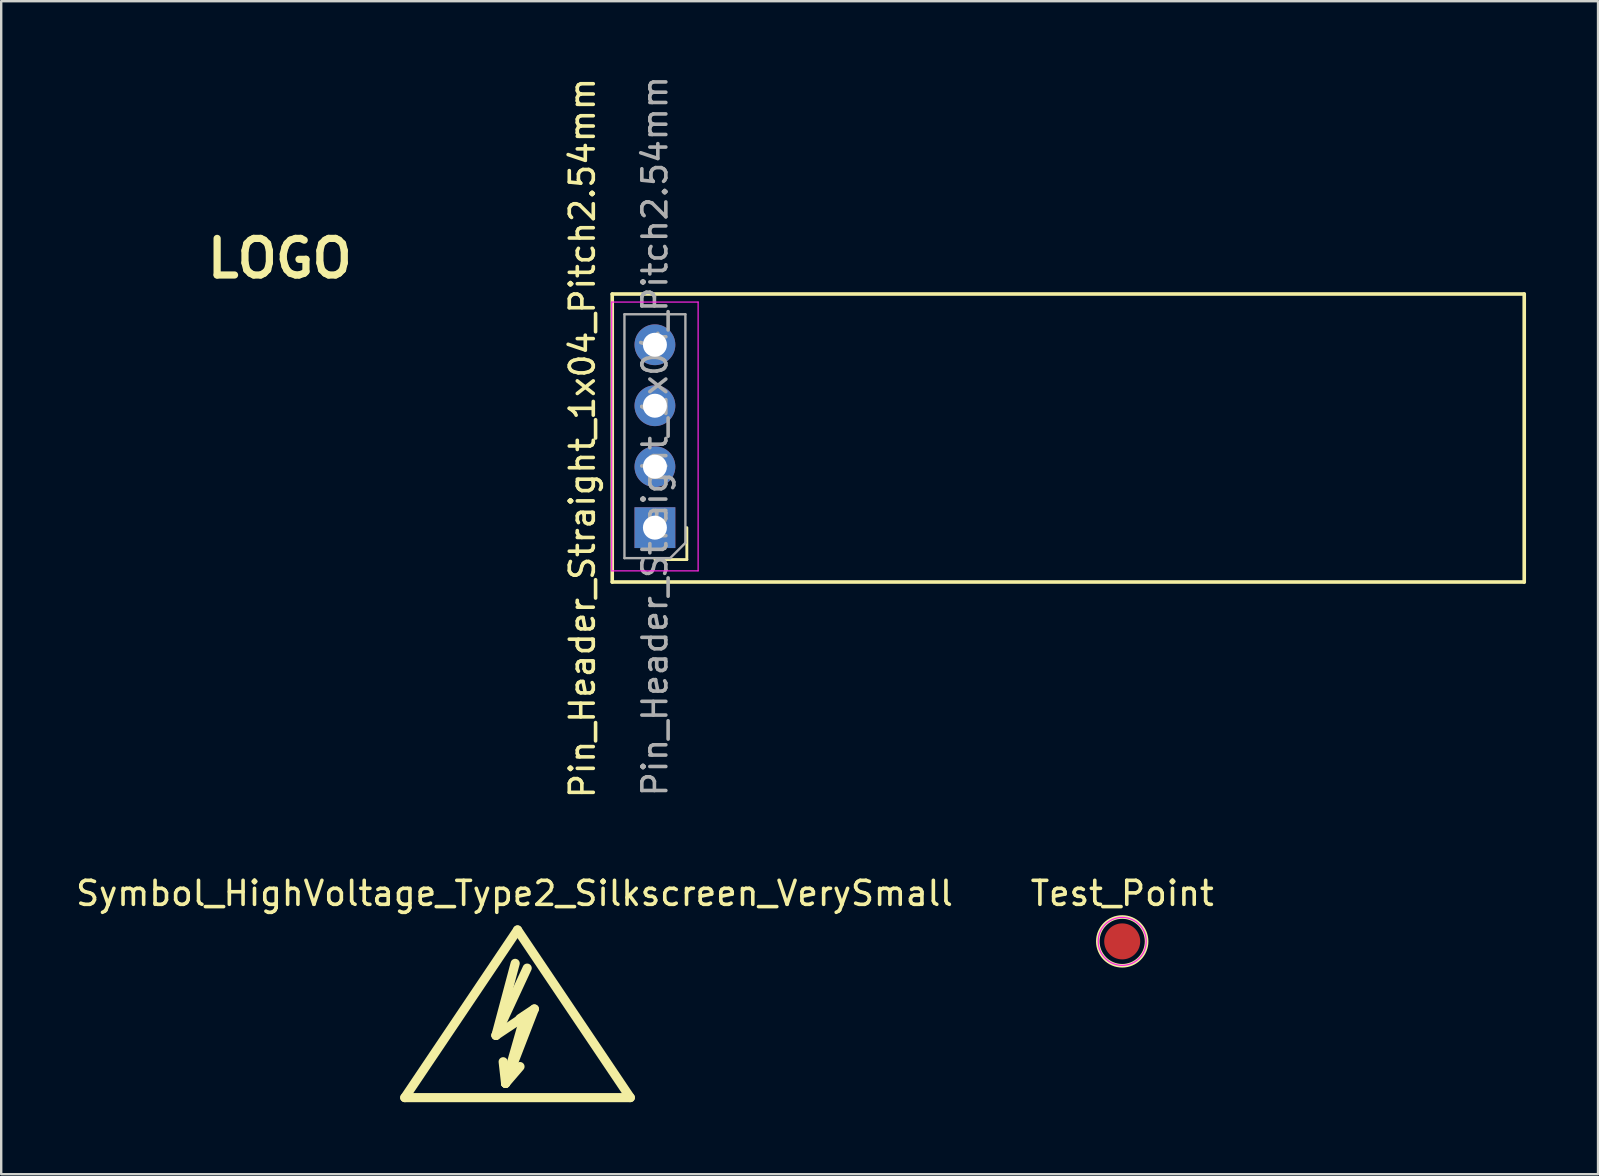
<source format=kicad_pcb>
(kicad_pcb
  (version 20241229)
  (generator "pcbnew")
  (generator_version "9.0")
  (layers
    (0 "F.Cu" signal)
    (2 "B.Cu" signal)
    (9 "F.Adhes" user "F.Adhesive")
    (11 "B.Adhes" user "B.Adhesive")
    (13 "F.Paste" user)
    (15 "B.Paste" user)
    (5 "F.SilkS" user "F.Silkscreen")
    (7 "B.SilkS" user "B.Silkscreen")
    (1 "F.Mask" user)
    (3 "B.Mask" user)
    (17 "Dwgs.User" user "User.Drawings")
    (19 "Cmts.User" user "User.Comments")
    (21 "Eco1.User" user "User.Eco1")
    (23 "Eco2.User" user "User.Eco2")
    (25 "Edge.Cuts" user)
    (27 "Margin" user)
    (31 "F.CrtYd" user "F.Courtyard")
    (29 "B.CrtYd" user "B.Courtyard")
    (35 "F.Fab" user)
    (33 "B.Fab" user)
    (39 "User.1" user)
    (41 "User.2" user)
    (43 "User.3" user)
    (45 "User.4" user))
  (footprint "Symbol_HighVoltage_Type2_Silkscreen_VerySmall"
    (layer "F.Cu")
    (at 18.514 39.889)
    (property "Reference" "Symbol_HighVoltage_Type2_Silkscreen_VerySmall" (at -0.127 -5.715 0) (layer "F.SilkS") (effects (font (size 1 1) (thickness 0.15))))
    (attr through_hole)
    (fp_line (start -4.699 2.794) (end 0 -4.191) (stroke (width 0.381) (type solid)) (layer "F.SilkS"))
    (fp_line (start -0.899 0.201) (end 0.3 -0.599) (stroke (width 0.381) (type solid)) (layer "F.SilkS"))
    (fp_line (start -0.899 0.201) (end 0.401 -2.601) (stroke (width 0.381) (type solid)) (layer "F.SilkS"))
    (fp_line (start -0.498 2.2) (end -0.599 1.3) (stroke (width 0.381) (type solid)) (layer "F.SilkS"))
    (fp_line (start -0.498 2.2) (end 0.102 1.501) (stroke (width 0.381) (type solid)) (layer "F.SilkS"))
    (fp_line (start -0.498 2.2) (end 0.701 -0.899) (stroke (width 0.381) (type solid)) (layer "F.SilkS"))
    (fp_line (start -0.099 -2.799) (end -0.899 0.201) (stroke (width 0.381) (type solid)) (layer "F.SilkS"))
    (fp_line (start 0 -4.191) (end 4.699 2.794) (stroke (width 0.381) (type solid)) (layer "F.SilkS"))
    (fp_line (start 0.3 -0.599) (end -0.498 2.2) (stroke (width 0.381) (type solid)) (layer "F.SilkS"))
    (fp_line (start 0.701 -0.899) (end 0.102 -0.5) (stroke (width 0.381) (type solid)) (layer "F.SilkS"))
    (fp_line (start 4.699 2.794) (end -4.699 2.794) (stroke (width 0.381) (type solid)) (layer "F.SilkS")))
  (footprint "Pin_Header_Straight_1x04_Pitch2.54mm"
    (layer "F.Cu")
    (at 24.238 15.201)
    (property "Reference" "Pin_Header_Straight_1x04_Pitch2.54mm" (at -3.023 0 90) (layer "F.SilkS") (effects (font (size 1 1) (thickness 0.15))))
    (attr through_hole)
    (fp_line (start -1.779 -6) (end 36.221 -6) (stroke (width 0.15) (type solid)) (layer "F.SilkS"))
    (fp_line (start -1.779 6) (end -1.779 -6) (stroke (width 0.15) (type solid)) (layer "F.SilkS"))
    (fp_line (start 1.33 3.734) (end 1.33 5.064) (stroke (width 0.12) (type solid)) (layer "F.SilkS"))
    (fp_line (start 1.33 5.064) (end 0 5.064) (stroke (width 0.12) (type solid)) (layer "F.SilkS"))
    (fp_line (start 36.221 -6) (end 36.221 6) (stroke (width 0.15) (type solid)) (layer "F.SilkS"))
    (fp_line (start 36.221 6) (end -1.779 6) (stroke (width 0.15) (type solid)) (layer "F.SilkS"))
    (fp_line (start -1.8 -5.666) (end -1.8 5.534) (stroke (width 0.05) (type solid)) (layer "F.CrtYd"))
    (fp_line (start -1.8 5.534) (end 1.8 5.534) (stroke (width 0.05) (type solid)) (layer "F.CrtYd"))
    (fp_line (start 1.8 -5.666) (end -1.8 -5.666) (stroke (width 0.05) (type solid)) (layer "F.CrtYd"))
    (fp_line (start 1.8 5.534) (end 1.8 -5.666) (stroke (width 0.05) (type solid)) (layer "F.CrtYd"))
    (fp_line (start -1.27 -5.156) (end 1.27 -5.156) (stroke (width 0.1) (type solid)) (layer "F.Fab"))
    (fp_line (start -1.27 5.004) (end -1.27 -5.156) (stroke (width 0.1) (type solid)) (layer "F.Fab"))
    (fp_line (start 0.635 5.004) (end -1.27 5.004) (stroke (width 0.1) (type solid)) (layer "F.Fab"))
    (fp_line (start 1.27 -5.156) (end 1.27 4.369) (stroke (width 0.1) (type solid)) (layer "F.Fab"))
    (fp_line (start 1.27 4.369) (end 0.635 5.004) (stroke (width 0.1) (type solid)) (layer "F.Fab"))
    (fp_text user "${REFERENCE}" (at 0 -0.076 270) (layer "F.Fab") (effects (font (size 1 1) (thickness 0.15))))
    (pad "1" thru_hole rect (at 0 3.734 180) (size 1.7 1.7) (drill 1) (layers "*.Cu" "*.Mask"))
    (pad "2" thru_hole oval (at 0 1.194 180) (size 1.7 1.7) (drill 1) (layers "*.Cu" "*.Mask"))
    (pad "3" thru_hole oval (at 0 -1.346 180) (size 1.7 1.7) (drill 1) (layers "*.Cu" "*.Mask"))
    (pad "4" thru_hole oval (at 0 -3.886 180) (size 1.7 1.7) (drill 1) (layers "*.Cu" "*.Mask")))
  (footprint "Test_Point"
    (layer "F.Cu")
    (at 43.708 36.174)
    (property "Reference" "Test_Point" (at 0 -2 0) (layer "F.SilkS") (effects (font (size 1 1) (thickness 0.15))))
    (attr exclude_from_pos_files exclude_from_bom)
    (fp_circle (center 0 0) (end 1.016 0) (stroke (width 0.15) (type solid)) (fill no) (layer "F.SilkS"))
    (fp_circle (center 0 0) (end 1 0) (stroke (width 0.05) (type solid)) (fill no) (layer "F.CrtYd"))
    (pad "1" smd circle (at 0 0) (size 1.5 1.5) (layers "F.Cu" "F.Mask")))
  (footprint "LOGO"
    (layer "F.Cu")
    (at 8.609 7.718)
    (property "Reference" "LOGO" (at 0 0 0) (layer "F.SilkS") (effects (font (size 1.524 1.524) (thickness 0.3))))
    (attr through_hole)
    (fp_poly (pts (xy 5.688 -7.711) (xy 5.79 -7.706) (xy 5.838 -7.697) (xy 5.842 -7.692) (xy 5.826 -7.659) (xy 5.781 -7.576) (xy 5.71 -7.451) (xy 5.616 -7.289) (xy 5.503 -7.096) (xy 5.374 -6.876) (xy 5.233 -6.638) (xy 5.144 -6.488) (xy 4.446 -5.318) (xy 4.445 -2.54) (xy 6.599 -2.532) (xy 8.753 -2.524) (xy 8.268 -1.429) (xy 7.783 -0.333) (xy 7.781 1.968) (xy 7.78 4.27) (xy 8.444 5.318) (xy 8.357 5.403) (xy 8.318 5.441) (xy 8.236 5.517) (xy 8.117 5.628) (xy 7.966 5.768) (xy 7.787 5.934) (xy 7.586 6.12) (xy 7.367 6.322) (xy 7.135 6.536) (xy 7.082 6.586) (xy 5.892 7.684) (xy 2.049 7.683) (xy -1.794 7.682) (xy -2.16 7.342) (xy -2.274 7.236) (xy -2.419 7.102) (xy -2.588 6.945) (xy -2.776 6.771) (xy -2.975 6.586) (xy -3.18 6.397) (xy -3.383 6.208) (xy -3.58 6.026) (xy -3.764 5.856) (xy -3.927 5.705) (xy -4.065 5.578) (xy -4.17 5.481) (xy -4.236 5.42) (xy -4.245 5.411) (xy -4.347 5.318) (xy -4.015 4.799) (xy -3.683 4.28) (xy -3.683 3.175) (xy -6.147 3.175) (xy -6.601 3.175) (xy -6.996 3.175) (xy -7.336 3.174) (xy -7.624 3.173) (xy -7.865 3.172) (xy -8.063 3.17) (xy -8.223 3.168) (xy -8.348 3.164) (xy -8.442 3.16) (xy -8.509 3.155) (xy -8.555 3.149) (xy -8.582 3.142) (xy -8.594 3.134) (xy -8.597 3.124) (xy -8.596 3.119) (xy -8.577 3.081) (xy -8.529 2.994) (xy -8.454 2.865) (xy -8.357 2.7) (xy -8.242 2.504) (xy -8.111 2.283) (xy -7.968 2.044) (xy -7.933 1.986) (xy -6.688 1.986) (xy -6.686 1.996) (xy -6.667 2.004) (xy -6.627 2.011) (xy -6.561 2.017) (xy -6.464 2.022) (xy -6.332 2.025) (xy -6.161 2.028) (xy -5.945 2.03) (xy -5.679 2.031) (xy -5.36 2.032) (xy -4.982 2.032) (xy -4.956 2.032) (xy -4.63 2.032) (xy -4.323 2.031) (xy -4.042 2.03) (xy -3.792 2.028) (xy -3.579 2.026) (xy -3.408 2.024) (xy -3.287 2.022) (xy -3.219 2.019) (xy -3.207 2.017) (xy -3.222 1.986) (xy -3.263 1.909) (xy -3.326 1.794) (xy -3.405 1.65) (xy -3.495 1.49) (xy -3.783 0.977) (xy -3.759 -1.48) (xy -2.985 -1.48) (xy -2.972 -1.449) (xy -2.938 -1.37) (xy -2.886 -1.253) (xy -2.821 -1.109) (xy -2.778 -1.016) (xy -2.572 -0.564) (xy -2.572 4.573) (xy -2.725 4.818) (xy -2.795 4.931) (xy -2.853 5.025) (xy -2.891 5.087) (xy -2.899 5.099) (xy -2.881 5.129) (xy -2.821 5.197) (xy -2.722 5.299) (xy -2.589 5.43) (xy -2.426 5.586) (xy -2.238 5.763) (xy -2.141 5.854) (xy -1.362 6.572) (xy 5.456 6.572) (xy 7.011 5.138) (xy 6.839 4.865) (xy 6.668 4.591) (xy 6.668 -0.57) (xy 6.874 -1.021) (xy 6.944 -1.176) (xy 7.005 -1.309) (xy 7.05 -1.411) (xy 7.076 -1.471) (xy 7.08 -1.482) (xy 7.05 -1.484) (xy 6.961 -1.486) (xy 6.822 -1.488) (xy 6.637 -1.489) (xy 6.413 -1.49) (xy 6.156 -1.491) (xy 5.872 -1.492) (xy 5.566 -1.492) (xy 5.524 -1.492) (xy 5.217 -1.492) (xy 4.93 -1.49) (xy 4.668 -1.488) (xy 4.44 -1.485) (xy 4.249 -1.482) (xy 4.103 -1.478) (xy 4.008 -1.473) (xy 3.969 -1.468) (xy 3.969 -1.467) (xy 3.98 -1.43) (xy 4.009 -1.346) (xy 4.054 -1.225) (xy 4.109 -1.08) (xy 4.124 -1.04) (xy 4.28 -0.638) (xy 4.289 1.578) (xy 4.299 3.794) (xy 4.196 3.974) (xy 4.105 4.104) (xy 3.988 4.234) (xy 3.916 4.3) (xy 3.739 4.445) (xy 0.471 4.445) (xy 0.296 4.296) (xy 0.132 4.124) (xy 0.013 3.932) (xy -0.095 3.716) (xy -0.095 -0.563) (xy 0.095 -1.016) (xy 0.161 -1.172) (xy 0.217 -1.307) (xy 0.258 -1.409) (xy 0.282 -1.469) (xy 0.286 -1.481) (xy 0.255 -1.483) (xy 0.167 -1.485) (xy 0.027 -1.487) (xy -0.159 -1.489) (xy -0.385 -1.49) (xy -0.644 -1.491) (xy -0.931 -1.492) (xy -1.241 -1.492) (xy -1.349 -1.492) (xy -1.665 -1.492) (xy -1.96 -1.491) (xy -2.23 -1.49) (xy -2.468 -1.489) (xy -2.667 -1.487) (xy -2.824 -1.485) (xy -2.93 -1.483) (xy -2.981 -1.481) (xy -2.985 -1.48) (xy -3.759 -1.48) (xy -3.731 -4.324) (xy -2.619 -3.127) (xy -2.403 -2.894) (xy -2.198 -2.673) (xy -2.01 -2.47) (xy -1.843 -2.288) (xy -1.7 -2.134) (xy -1.587 -2.01) (xy -1.507 -1.923) (xy -1.465 -1.875) (xy -1.46 -1.87) (xy -1.447 -1.858) (xy -1.429 -1.855) (xy -1.403 -1.866) (xy -1.365 -1.893) (xy -1.31 -1.942) (xy -1.236 -2.014) (xy -1.138 -2.115) (xy -1.013 -2.247) (xy -0.856 -2.415) (xy -0.664 -2.622) (xy -0.433 -2.872) (xy -0.428 -2.878) (xy -0.219 -3.105) (xy -0.017 -3.324) (xy 0.173 -3.53) (xy 0.345 -3.716) (xy 0.493 -3.877) (xy 0.613 -4.007) (xy 0.7 -4.1) (xy 0.737 -4.14) (xy 0.918 -4.334) (xy 0.921 1.086) (xy 0.636 1.559) (xy 0.351 2.032) (xy 2.112 2.032) (xy 2.44 2.032) (xy 2.748 2.031) (xy 3.031 2.029) (xy 3.282 2.027) (xy 3.496 2.025) (xy 3.668 2.022) (xy 3.791 2.019) (xy 3.86 2.016) (xy 3.873 2.014) (xy 3.859 1.982) (xy 3.818 1.904) (xy 3.756 1.789) (xy 3.678 1.648) (xy 3.612 1.53) (xy 3.35 1.064) (xy 3.339 -2.328) (xy 3.329 -5.72) (xy 3.606 -6.186) (xy 3.698 -6.341) (xy 3.778 -6.476) (xy 3.842 -6.584) (xy 3.883 -6.654) (xy 3.896 -6.675) (xy 3.867 -6.68) (xy 3.781 -6.684) (xy 3.642 -6.687) (xy 3.456 -6.691) (xy 3.228 -6.694) (xy 2.964 -6.696) (xy 2.669 -6.698) (xy 2.35 -6.699) (xy 2.024 -6.699) (xy 0.139 -6.699) (xy -0.648 -5.826) (xy -0.827 -5.628) (xy -0.991 -5.446) (xy -1.138 -5.285) (xy -1.261 -5.15) (xy -1.356 -5.046) (xy -1.418 -4.979) (xy -1.443 -4.953) (xy -1.443 -4.953) (xy -1.466 -4.975) (xy -1.527 -5.039) (xy -1.622 -5.139) (xy -1.746 -5.269) (xy -1.895 -5.426) (xy -2.063 -5.604) (xy -2.246 -5.799) (xy -2.272 -5.826) (xy -3.094 -6.699) (xy -4.881 -6.699) (xy -5.211 -6.699) (xy -5.521 -6.698) (xy -5.806 -6.697) (xy -6.06 -6.696) (xy -6.277 -6.694) (xy -6.452 -6.692) (xy -6.579 -6.689) (xy -6.652 -6.687) (xy -6.668 -6.685) (xy -6.652 -6.654) (xy -6.609 -6.579) (xy -6.544 -6.468) (xy -6.462 -6.33) (xy -6.398 -6.223) (xy -6.128 -5.775) (xy -6.128 1.013) (xy -6.399 1.476) (xy -6.49 1.633) (xy -6.571 1.772) (xy -6.634 1.885) (xy -6.676 1.96) (xy -6.688 1.986) (xy -7.933 1.986) (xy -7.894 1.921) (xy -7.208 0.779) (xy -7.208 -2.268) (xy -7.208 -5.314) (xy -7.906 -6.48) (xy -8.054 -6.728) (xy -8.191 -6.96) (xy -8.314 -7.169) (xy -8.42 -7.351) (xy -8.505 -7.499) (xy -8.565 -7.608) (xy -8.599 -7.672) (xy -8.604 -7.685) (xy -8.587 -7.705) (xy -8.53 -7.713) (xy -8.423 -7.709) (xy -8.361 -7.704) (xy -8.293 -7.701) (xy -8.166 -7.698) (xy -7.986 -7.695) (xy -7.758 -7.693) (xy -7.487 -7.69) (xy -7.178 -7.688) (xy -6.836 -7.687) (xy -6.467 -7.685) (xy -6.075 -7.684) (xy -5.665 -7.684) (xy -5.365 -7.684) (xy -2.611 -7.684) (xy -2.048 -7.088) (xy -1.896 -6.927) (xy -1.757 -6.782) (xy -1.639 -6.659) (xy -1.546 -6.564) (xy -1.486 -6.504) (xy -1.465 -6.485) (xy -1.439 -6.505) (xy -1.377 -6.567) (xy -1.284 -6.664) (xy -1.167 -6.79) (xy -1.031 -6.938) (xy -0.905 -7.078) (xy -0.365 -7.679) (xy 1.924 -7.681) (xy 2.326 -7.682) (xy 2.73 -7.683) (xy 3.127 -7.685) (xy 3.511 -7.687) (xy 3.874 -7.69) (xy 4.207 -7.693) (xy 4.503 -7.696) (xy 4.755 -7.699) (xy 4.954 -7.703) (xy 5.027 -7.704) (xy 5.308 -7.711) (xy 5.528 -7.713) (xy 5.688 -7.711)) (stroke (width 0.01) (type solid)) (fill yes) (layer "F.Mask")))
  (gr_rect
    (start -3 -3)
    (end 63.534 45.874)
    (stroke (width 0.1) (type default))
    (fill no)
    (layer "Edge.Cuts")))
</source>
